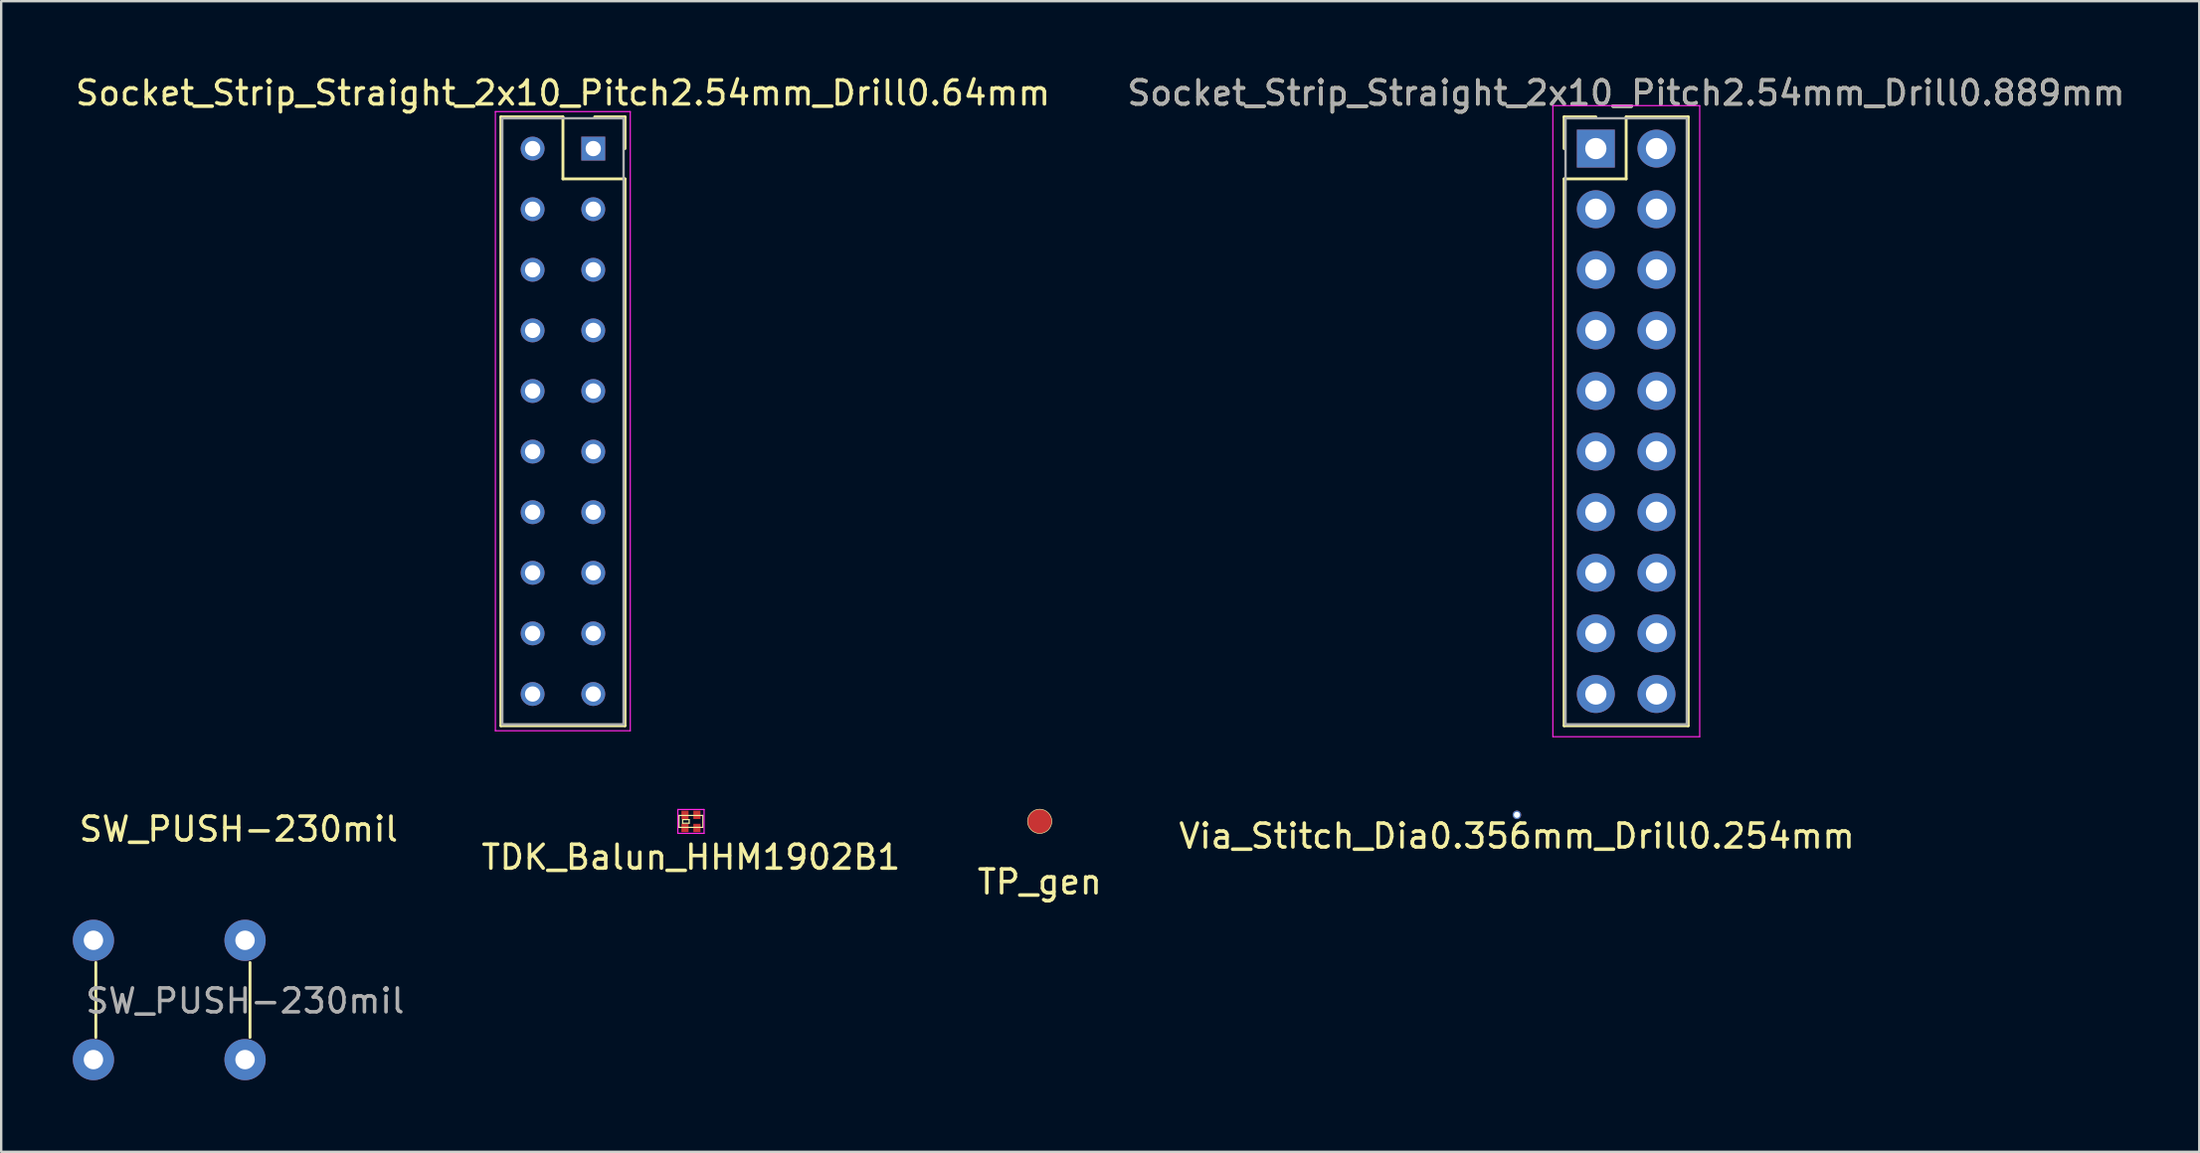
<source format=kicad_pcb>
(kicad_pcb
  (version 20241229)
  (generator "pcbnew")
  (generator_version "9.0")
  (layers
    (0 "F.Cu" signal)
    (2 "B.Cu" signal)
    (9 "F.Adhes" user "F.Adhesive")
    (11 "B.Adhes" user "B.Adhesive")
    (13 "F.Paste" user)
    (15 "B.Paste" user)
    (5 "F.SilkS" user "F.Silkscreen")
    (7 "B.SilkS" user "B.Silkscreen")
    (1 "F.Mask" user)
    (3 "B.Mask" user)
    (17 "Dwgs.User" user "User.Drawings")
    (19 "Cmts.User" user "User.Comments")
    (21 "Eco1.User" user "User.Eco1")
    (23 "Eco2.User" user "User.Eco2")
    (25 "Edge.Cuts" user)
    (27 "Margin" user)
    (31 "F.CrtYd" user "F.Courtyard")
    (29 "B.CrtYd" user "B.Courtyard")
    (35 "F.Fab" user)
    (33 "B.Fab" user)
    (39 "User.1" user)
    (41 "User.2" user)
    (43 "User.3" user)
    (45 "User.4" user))
  (footprint "Via_Stitch_Dia0.356mm_Drill0.254mm"
    (layer "F.Cu")
    (at 60.487 31.103)
    (property "Reference" "Via_Stitch_Dia0.356mm_Drill0.254mm" (at 0 0.889 0) (layer "F.SilkS") (effects (font (size 1 1) (thickness 0.15))))
    (attr through_hole)
    (pad "1" thru_hole circle (at 0 0) (size 0.356 0.356) (drill 0.254) (layers "*.Cu")))
  (footprint "Socket_Strip_Straight_2x10_Pitch2.54mm_Drill0.64mm"
    (layer "F.Cu")
    (at 21.8 3.178)
    (property "Reference" "Socket_Strip_Straight_2x10_Pitch2.54mm_Drill0.64mm" (at -1.27 -2.33 0) (layer "F.SilkS") (effects (font (size 1 1) (thickness 0.15))))
    (attr through_hole)
    (fp_line (start -3.87 -1.33) (end -1.27 -1.33) (stroke (width 0.12) (type solid)) (layer "F.SilkS"))
    (fp_line (start -3.87 24.19) (end -3.87 -1.33) (stroke (width 0.12) (type solid)) (layer "F.SilkS"))
    (fp_line (start -1.27 -1.33) (end -1.27 1.27) (stroke (width 0.12) (type solid)) (layer "F.SilkS"))
    (fp_line (start -1.27 1.27) (end 1.33 1.27) (stroke (width 0.12) (type solid)) (layer "F.SilkS"))
    (fp_line (start 1.33 -1.33) (end 0.06 -1.33) (stroke (width 0.12) (type solid)) (layer "F.SilkS"))
    (fp_line (start 1.33 0) (end 1.33 -1.33) (stroke (width 0.12) (type solid)) (layer "F.SilkS"))
    (fp_line (start 1.33 1.27) (end 1.33 24.19) (stroke (width 0.12) (type solid)) (layer "F.SilkS"))
    (fp_line (start 1.33 24.19) (end -3.87 24.19) (stroke (width 0.12) (type solid)) (layer "F.SilkS"))
    (fp_line (start -4.1 -1.55) (end -4.1 24.4) (stroke (width 0.05) (type solid)) (layer "F.CrtYd"))
    (fp_line (start -4.1 24.4) (end 1.55 24.4) (stroke (width 0.05) (type solid)) (layer "F.CrtYd"))
    (fp_line (start 1.55 -1.55) (end -4.1 -1.55) (stroke (width 0.05) (type solid)) (layer "F.CrtYd"))
    (fp_line (start 1.55 24.4) (end 1.55 -1.55) (stroke (width 0.05) (type solid)) (layer "F.CrtYd"))
    (fp_line (start -3.81 -1.27) (end -3.81 24.13) (stroke (width 0.1) (type solid)) (layer "F.Fab"))
    (fp_line (start -3.81 24.13) (end 1.27 24.13) (stroke (width 0.1) (type solid)) (layer "F.Fab"))
    (fp_line (start 1.27 -1.27) (end -3.81 -1.27) (stroke (width 0.1) (type solid)) (layer "F.Fab"))
    (fp_line (start 1.27 24.13) (end 1.27 -1.27) (stroke (width 0.1) (type solid)) (layer "F.Fab"))
    (pad "1" thru_hole rect (at 0 0) (size 1 1) (drill 0.64) (layers "*.Cu" "*.Mask"))
    (pad "2" thru_hole oval (at -2.54 0) (size 1 1) (drill 0.64) (layers "*.Cu" "*.Mask"))
    (pad "3" thru_hole oval (at 0 2.54) (size 1 1) (drill 0.64) (layers "*.Cu" "*.Mask"))
    (pad "4" thru_hole oval (at -2.54 2.54) (size 1 1) (drill 0.64) (layers "*.Cu" "*.Mask"))
    (pad "5" thru_hole oval (at 0 5.08) (size 1 1) (drill 0.64) (layers "*.Cu" "*.Mask"))
    (pad "6" thru_hole oval (at -2.54 5.08) (size 1 1) (drill 0.64) (layers "*.Cu" "*.Mask"))
    (pad "7" thru_hole oval (at 0 7.62) (size 1 1) (drill 0.64) (layers "*.Cu" "*.Mask"))
    (pad "8" thru_hole oval (at -2.54 7.62) (size 1 1) (drill 0.64) (layers "*.Cu" "*.Mask"))
    (pad "9" thru_hole oval (at 0 10.16) (size 1 1) (drill 0.64) (layers "*.Cu" "*.Mask"))
    (pad "10" thru_hole oval (at -2.54 10.16) (size 1 1) (drill 0.64) (layers "*.Cu" "*.Mask"))
    (pad "11" thru_hole oval (at 0 12.7) (size 1 1) (drill 0.64) (layers "*.Cu" "*.Mask"))
    (pad "12" thru_hole oval (at -2.54 12.7) (size 1 1) (drill 0.64) (layers "*.Cu" "*.Mask"))
    (pad "13" thru_hole oval (at 0 15.24) (size 1 1) (drill 0.64) (layers "*.Cu" "*.Mask"))
    (pad "14" thru_hole oval (at -2.54 15.24) (size 1 1) (drill 0.64) (layers "*.Cu" "*.Mask"))
    (pad "15" thru_hole oval (at 0 17.78) (size 1 1) (drill 0.64) (layers "*.Cu" "*.Mask"))
    (pad "16" thru_hole oval (at -2.54 17.78) (size 1 1) (drill 0.64) (layers "*.Cu" "*.Mask"))
    (pad "17" thru_hole oval (at 0 20.32) (size 1 1) (drill 0.64) (layers "*.Cu" "*.Mask"))
    (pad "18" thru_hole oval (at -2.54 20.32) (size 1 1) (drill 0.64) (layers "*.Cu" "*.Mask"))
    (pad "19" thru_hole oval (at 0 22.86) (size 1 1) (drill 0.64) (layers "*.Cu" "*.Mask"))
    (pad "20" thru_hole oval (at -2.54 22.86) (size 1 1) (drill 0.64) (layers "*.Cu" "*.Mask")))
  (footprint "TDK_Balun_HHM1902B1"
    (layer "F.Cu")
    (at 25.892 31.378)
    (property "Reference" "TDK_Balun_HHM1902B1" (at 0 1.5 0) (layer "F.SilkS") (effects (font (size 1 1) (thickness 0.15))))
    (attr through_hole)
    (fp_line (start -0.5 -0.25) (end -0.5 0.25) (stroke (width 0.05) (type solid)) (layer "F.SilkS"))
    (fp_line (start -0.5 0.25) (end 0.5 0.25) (stroke (width 0.05) (type solid)) (layer "F.SilkS"))
    (fp_line (start -0.35 -0.075) (end -0.35 0.075) (stroke (width 0.05) (type solid)) (layer "F.SilkS"))
    (fp_line (start -0.35 0.075) (end -0.075 0.075) (stroke (width 0.05) (type solid)) (layer "F.SilkS"))
    (fp_line (start -0.075 -0.075) (end -0.35 -0.075) (stroke (width 0.05) (type solid)) (layer "F.SilkS"))
    (fp_line (start -0.075 0.075) (end -0.075 -0.075) (stroke (width 0.05) (type solid)) (layer "F.SilkS"))
    (fp_line (start 0.5 -0.25) (end -0.5 -0.25) (stroke (width 0.05) (type solid)) (layer "F.SilkS"))
    (fp_line (start 0.5 0.25) (end 0.5 -0.25) (stroke (width 0.05) (type solid)) (layer "F.SilkS"))
    (fp_line (start -0.55 -0.5) (end -0.55 0.5) (stroke (width 0.05) (type solid)) (layer "F.CrtYd"))
    (fp_line (start -0.55 0.5) (end 0.55 0.5) (stroke (width 0.05) (type solid)) (layer "F.CrtYd"))
    (fp_line (start 0.55 -0.5) (end -0.55 -0.5) (stroke (width 0.05) (type solid)) (layer "F.CrtYd"))
    (fp_line (start 0.55 0.5) (end 0.55 -0.5) (stroke (width 0.05) (type solid)) (layer "F.CrtYd"))
    (pad "1" smd rect (at -0.25 0.275) (size 0.3 0.35) (layers "F.Cu" "F.Mask" "F.Paste"))
    (pad "2" smd rect (at 0.25 0.275) (size 0.3 0.35) (layers "F.Cu" "F.Mask" "F.Paste"))
    (pad "3" smd rect (at 0.25 -0.275) (size 0.3 0.35) (layers "F.Cu" "F.Mask" "F.Paste"))
    (pad "4" smd rect (at -0.25 -0.275) (size 0.3 0.35) (layers "F.Cu" "F.Mask" "F.Paste")))
  (footprint "TP_gen"
    (layer "F.Cu")
    (at 40.499 31.374)
    (property "Reference" "TP_gen" (at 0 2.54 0) (layer "F.SilkS") (effects (font (size 1 1) (thickness 0.15))))
    (attr through_hole)
    (fp_circle (center 0 0) (end 0.508 0) (stroke (width 0.025) (type solid)) (fill no) (layer "F.SilkS"))
    (pad "1" smd circle (at 0 0) (size 1.016 1.016) (layers "F.Cu" "F.Mask" "F.Paste")))
  (footprint "SW_PUSH-230mil"
    (layer "F.Cu")
    (at 0.864 36.361)
    (property "Reference" "SW_PUSH-230mil" (at 6.08 -4.66 0) (layer "F.SilkS") (effects (font (size 1 1) (thickness 0.15))))
    (attr through_hole)
    (fp_line (start 0.1 4.07) (end 0.1 0.93) (stroke (width 0.12) (type solid)) (layer "F.SilkS"))
    (fp_line (start 6.558 0.93) (end 6.558 4.07) (stroke (width 0.12) (type solid)) (layer "F.SilkS"))
    (fp_text user "${REFERENCE}" (at 6.35 2.54 0) (layer "F.Fab") (effects (font (size 1 1) (thickness 0.15))))
    (pad "1" thru_hole circle (at 0 0) (size 1.727 1.727) (drill 0.813) (layers "*.Cu" "*.Mask"))
    (pad "1" thru_hole circle (at 6.35 0) (size 1.727 1.727) (drill 0.813) (layers "*.Cu" "*.Mask"))
    (pad "2" thru_hole circle (at 0 5) (size 1.727 1.727) (drill 0.813) (layers "*.Cu" "*.Mask"))
    (pad "2" thru_hole circle (at 6.35 5) (size 1.727 1.727) (drill 0.813) (layers "*.Cu" "*.Mask")))
  (footprint "Socket_Strip_Straight_2x10_Pitch2.54mm_Drill0.889mm"
    (layer "F.Cu")
    (at 63.795 3.178)
    (property "Reference" "Socket_Strip_Straight_2x10_Pitch2.54mm_Drill0.889mm" (at 1.27 -2.33 0) (layer "F.SilkS") (effects (font (size 1 1) (thickness 0.15))))
    (attr through_hole)
    (fp_line (start -1.33 -1.33) (end 0 -1.33) (stroke (width 0.12) (type solid)) (layer "F.SilkS"))
    (fp_line (start -1.33 0) (end -1.33 -1.33) (stroke (width 0.12) (type solid)) (layer "F.SilkS"))
    (fp_line (start -1.33 1.27) (end -1.33 24.19) (stroke (width 0.12) (type solid)) (layer "F.SilkS"))
    (fp_line (start -1.33 24.19) (end 3.87 24.19) (stroke (width 0.12) (type solid)) (layer "F.SilkS"))
    (fp_line (start 1.27 -1.33) (end 1.27 1.27) (stroke (width 0.12) (type solid)) (layer "F.SilkS"))
    (fp_line (start 1.27 1.27) (end -1.33 1.27) (stroke (width 0.12) (type solid)) (layer "F.SilkS"))
    (fp_line (start 3.87 -1.33) (end 1.27 -1.33) (stroke (width 0.12) (type solid)) (layer "F.SilkS"))
    (fp_line (start 3.87 24.19) (end 3.87 -1.33) (stroke (width 0.12) (type solid)) (layer "F.SilkS"))
    (fp_line (start -1.8 -1.8) (end -1.8 24.65) (stroke (width 0.05) (type solid)) (layer "F.CrtYd"))
    (fp_line (start -1.8 24.65) (end 4.35 24.65) (stroke (width 0.05) (type solid)) (layer "F.CrtYd"))
    (fp_line (start 4.35 -1.8) (end -1.8 -1.8) (stroke (width 0.05) (type solid)) (layer "F.CrtYd"))
    (fp_line (start 4.35 24.65) (end 4.35 -1.8) (stroke (width 0.05) (type solid)) (layer "F.CrtYd"))
    (fp_line (start -1.27 -1.27) (end -1.27 24.13) (stroke (width 0.1) (type solid)) (layer "F.Fab"))
    (fp_line (start -1.27 24.13) (end 3.81 24.13) (stroke (width 0.1) (type solid)) (layer "F.Fab"))
    (fp_line (start 3.81 -1.27) (end -1.27 -1.27) (stroke (width 0.1) (type solid)) (layer "F.Fab"))
    (fp_line (start 3.81 24.13) (end 3.81 -1.27) (stroke (width 0.1) (type solid)) (layer "F.Fab"))
    (fp_text user "${REFERENCE}" (at 1.27 -2.33 0) (layer "F.Fab") (effects (font (size 1 1) (thickness 0.15))))
    (pad "1" thru_hole rect (at 0 0) (size 1.589 1.589) (drill 0.889) (layers "*.Cu" "*.Mask"))
    (pad "2" thru_hole circle (at 2.54 0) (size 1.589 1.589) (drill 0.889) (layers "*.Cu" "*.Mask"))
    (pad "3" thru_hole circle (at 0 2.54) (size 1.589 1.589) (drill 0.889) (layers "*.Cu" "*.Mask"))
    (pad "4" thru_hole circle (at 2.54 2.54) (size 1.589 1.589) (drill 0.889) (layers "*.Cu" "*.Mask"))
    (pad "5" thru_hole circle (at 0 5.08) (size 1.589 1.589) (drill 0.889) (layers "*.Cu" "*.Mask"))
    (pad "6" thru_hole circle (at 2.54 5.08) (size 1.589 1.589) (drill 0.889) (layers "*.Cu" "*.Mask"))
    (pad "7" thru_hole circle (at 0 7.62) (size 1.589 1.589) (drill 0.889) (layers "*.Cu" "*.Mask"))
    (pad "8" thru_hole circle (at 2.54 7.62) (size 1.589 1.589) (drill 0.889) (layers "*.Cu" "*.Mask"))
    (pad "9" thru_hole circle (at 0 10.16) (size 1.589 1.589) (drill 0.889) (layers "*.Cu" "*.Mask"))
    (pad "10" thru_hole circle (at 2.54 10.16) (size 1.589 1.589) (drill 0.889) (layers "*.Cu" "*.Mask"))
    (pad "11" thru_hole circle (at 0 12.7) (size 1.589 1.589) (drill 0.889) (layers "*.Cu" "*.Mask"))
    (pad "12" thru_hole circle (at 2.54 12.7) (size 1.589 1.589) (drill 0.889) (layers "*.Cu" "*.Mask"))
    (pad "13" thru_hole circle (at 0 15.24) (size 1.589 1.589) (drill 0.889) (layers "*.Cu" "*.Mask"))
    (pad "14" thru_hole circle (at 2.54 15.24) (size 1.589 1.589) (drill 0.889) (layers "*.Cu" "*.Mask"))
    (pad "15" thru_hole circle (at 0 17.78) (size 1.589 1.589) (drill 0.889) (layers "*.Cu" "*.Mask"))
    (pad "16" thru_hole circle (at 2.54 17.78) (size 1.589 1.589) (drill 0.889) (layers "*.Cu" "*.Mask"))
    (pad "17" thru_hole circle (at 0 20.32) (size 1.589 1.589) (drill 0.889) (layers "*.Cu" "*.Mask"))
    (pad "18" thru_hole circle (at 2.54 20.32) (size 1.589 1.589) (drill 0.889) (layers "*.Cu" "*.Mask"))
    (pad "19" thru_hole circle (at 0 22.86) (size 1.589 1.589) (drill 0.889) (layers "*.Cu" "*.Mask"))
    (pad "20" thru_hole circle (at 2.54 22.86) (size 1.589 1.589) (drill 0.889) (layers "*.Cu" "*.Mask")))
  (gr_rect
    (start -3 -3)
    (end 89.071 45.225)
    (stroke (width 0.1) (type default))
    (fill no)
    (layer "Edge.Cuts")))
</source>
